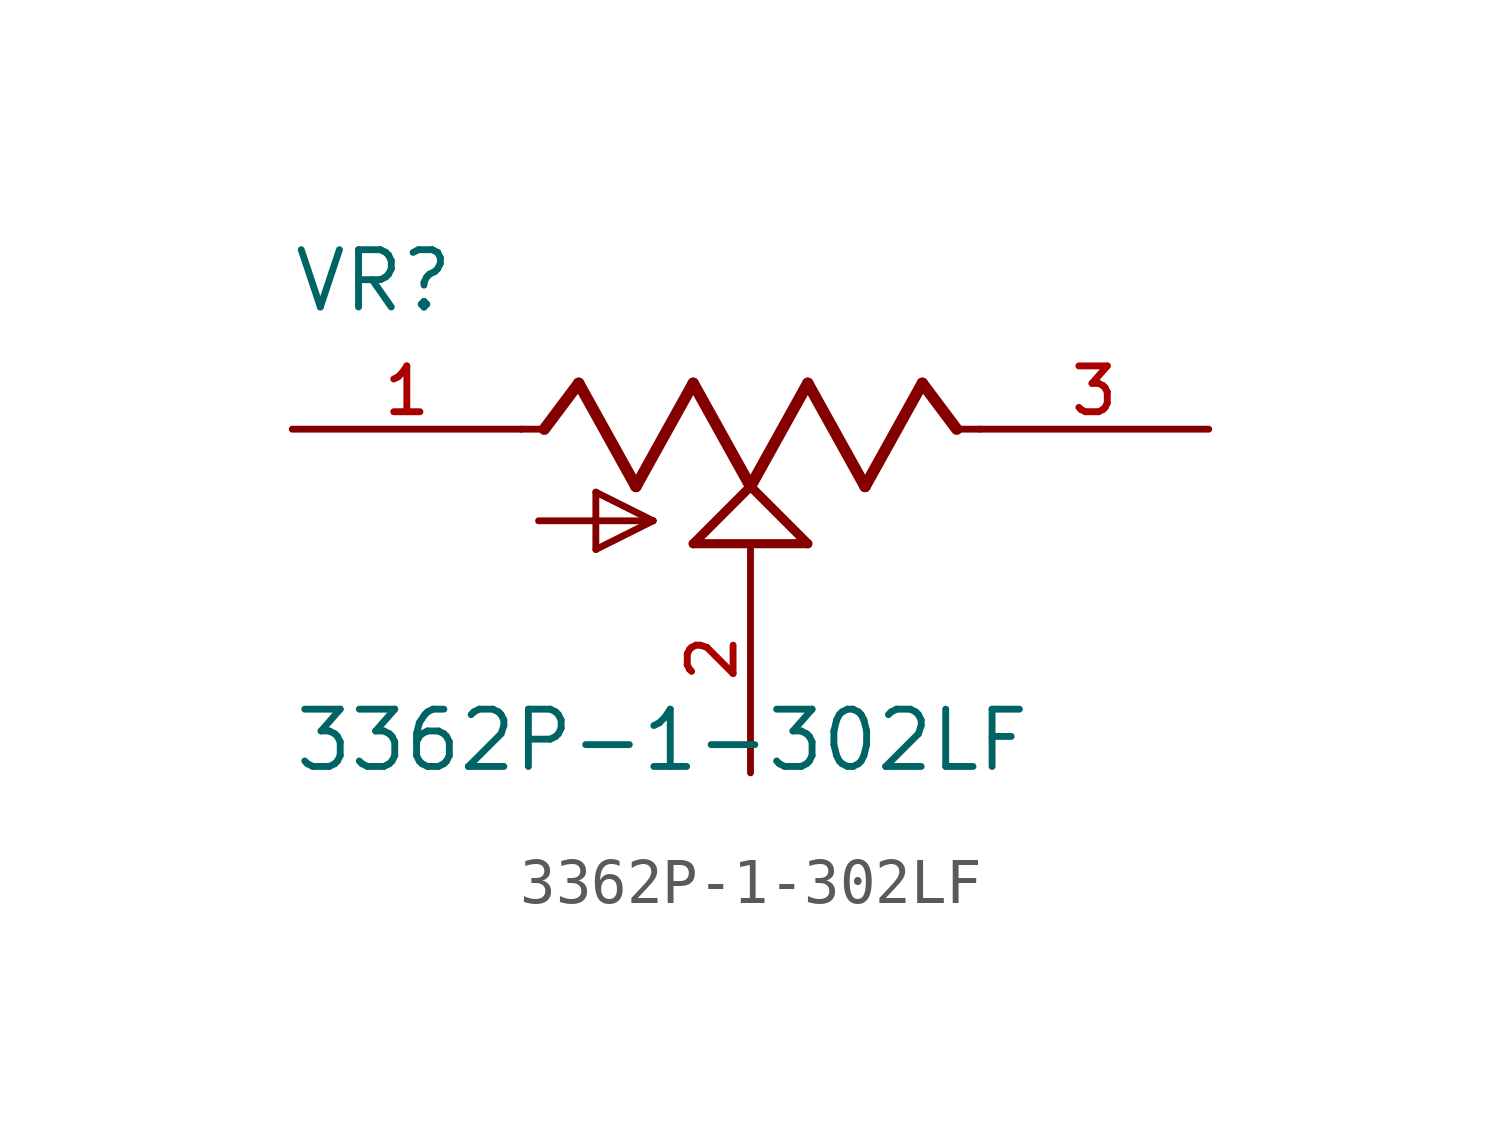
<source format=kicad_sym>
(kicad_symbol_lib
  (version 20211014)
  (generator kicad_symbol_editor)
  (symbol "3362P-1-302LF"
    (pin_names
      (offset 1.016))
    (property "Reference" "VR"
      (at -10.182 2.546 0)
      (effects (font (size 1.27 1.27)) (justify bottom left)))
    (property "Value" "3362P-1-302LF"
      (at -10.165 -7.642 0)
      (effects (font (size 1.27 1.27)) (justify bottom left)))
    (symbol "3362P-1-302LF_0_0"
      (polyline (pts (xy -5.08 0.0) (xy -4.572 0.0)) (stroke (width 0.152)))
      (polyline (pts (xy -4.572 0.0) (xy -3.81 1.016)) (stroke (width 0.254)))
      (polyline (pts (xy -3.81 1.016) (xy -2.54 -1.27)) (stroke (width 0.254)))
      (polyline (pts (xy -2.54 -1.27) (xy -1.27 1.016)) (stroke (width 0.254)))
      (polyline (pts (xy -1.27 1.016) (xy 0.0 -1.27)) (stroke (width 0.254)))
      (polyline (pts (xy 0.0 -1.27) (xy 1.27 1.016)) (stroke (width 0.254)))
      (polyline (pts (xy 1.27 1.016) (xy 2.54 -1.27)) (stroke (width 0.254)))
      (polyline (pts (xy 2.54 -1.27) (xy 3.81 1.016)) (stroke (width 0.254)))
      (polyline (pts (xy 3.81 1.016) (xy 4.572 0.0)) (stroke (width 0.254)))
      (polyline (pts (xy 4.572 0.0) (xy 5.08 0.0)) (stroke (width 0.152)))
      (polyline (pts (xy 0.0 -1.27) (xy 1.27 -2.54)) (stroke (width 0.203)))
      (polyline (pts (xy -1.27 -2.54) (xy 0.0 -1.27)) (stroke (width 0.203)))
      (polyline (pts (xy 1.27 -2.54) (xy -1.27 -2.54)) (stroke (width 0.203)))
      (polyline (pts (xy -4.699 -2.032) (xy -2.159 -2.032)) (stroke (width 0.152)))
      (polyline (pts (xy -2.159 -2.032) (xy -3.429 -2.667)) (stroke (width 0.152)))
      (polyline (pts (xy -3.429 -2.667) (xy -3.429 -1.397)) (stroke (width 0.152)))
      (polyline (pts (xy -3.429 -1.397) (xy -2.159 -2.032)) (stroke (width 0.152)))
      (pin passive line (at -10.16 0.0 0) (length 5.08) (name "~" (effects (font (size 1.016 1.016)))) (number "1" (effects (font (size 1.016 1.016)))))
      (pin passive line (at 0.0 -7.62 90.0) (length 5.08) (name "~" (effects (font (size 1.016 1.016)))) (number "2" (effects (font (size 1.016 1.016)))))
      (pin passive line (at 10.16 0.0 180.0) (length 5.08) (name "~" (effects (font (size 1.016 1.016)))) (number "3" (effects (font (size 1.016 1.016))))))))
</source>
